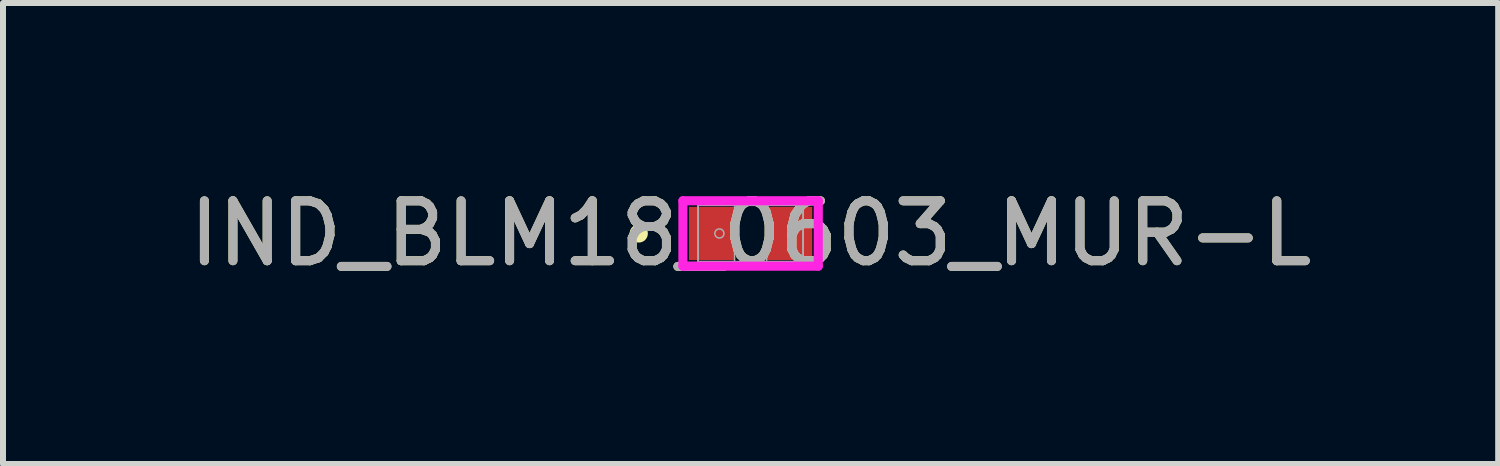
<source format=kicad_pcb>
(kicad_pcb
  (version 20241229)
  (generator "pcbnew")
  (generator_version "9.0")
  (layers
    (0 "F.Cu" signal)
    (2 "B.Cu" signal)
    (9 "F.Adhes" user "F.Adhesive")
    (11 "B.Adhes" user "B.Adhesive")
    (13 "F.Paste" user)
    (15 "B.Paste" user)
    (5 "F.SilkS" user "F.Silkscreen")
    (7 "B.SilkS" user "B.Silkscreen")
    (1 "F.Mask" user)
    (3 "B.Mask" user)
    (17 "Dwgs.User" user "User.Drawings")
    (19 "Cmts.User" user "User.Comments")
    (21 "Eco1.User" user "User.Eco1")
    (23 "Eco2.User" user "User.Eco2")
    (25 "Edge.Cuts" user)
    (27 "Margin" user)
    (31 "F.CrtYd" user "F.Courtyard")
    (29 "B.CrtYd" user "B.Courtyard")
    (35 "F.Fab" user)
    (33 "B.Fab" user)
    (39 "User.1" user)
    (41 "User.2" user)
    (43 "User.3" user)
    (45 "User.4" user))
  (footprint "IND_BLM18_0603_MUR-L"
    (layer "F.Cu")
    (at 9.482 0.848)
    (property "Reference" "IND_BLM18_0603_MUR-L" (at 0 0 0) (unlocked yes) (layer "F.SilkS") (effects (font (size 1 1) (thickness 0.15))))
    (attr smd)
    (fp_circle (center -1.867 0) (end -1.791 0) (stroke (width 0.152) (type solid)) (fill no) (layer "F.SilkS"))
    (fp_line (start -1.13 -0.546) (end 1.13 -0.546) (stroke (width 0.152) (type solid)) (layer "F.CrtYd"))
    (fp_line (start -1.13 0.546) (end -1.13 -0.546) (stroke (width 0.152) (type solid)) (layer "F.CrtYd"))
    (fp_line (start 1.13 -0.546) (end 1.13 0.546) (stroke (width 0.152) (type solid)) (layer "F.CrtYd"))
    (fp_line (start 1.13 0.546) (end -1.13 0.546) (stroke (width 0.152) (type solid)) (layer "F.CrtYd"))
    (fp_line (start -0.876 -0.47) (end -0.876 0.47) (stroke (width 0.025) (type solid)) (layer "F.Fab"))
    (fp_line (start -0.876 -0.47) (end -0.876 0.47) (stroke (width 0.025) (type solid)) (layer "F.Fab"))
    (fp_line (start -0.876 0.47) (end -0.267 0.47) (stroke (width 0.025) (type solid)) (layer "F.Fab"))
    (fp_line (start -0.876 0.47) (end 0.876 0.47) (stroke (width 0.025) (type solid)) (layer "F.Fab"))
    (fp_line (start -0.267 -0.47) (end -0.876 -0.47) (stroke (width 0.025) (type solid)) (layer "F.Fab"))
    (fp_line (start -0.267 0.47) (end -0.267 -0.47) (stroke (width 0.025) (type solid)) (layer "F.Fab"))
    (fp_line (start 0.267 -0.47) (end 0.267 0.47) (stroke (width 0.025) (type solid)) (layer "F.Fab"))
    (fp_line (start 0.267 0.47) (end 0.876 0.47) (stroke (width 0.025) (type solid)) (layer "F.Fab"))
    (fp_line (start 0.876 -0.47) (end -0.876 -0.47) (stroke (width 0.025) (type solid)) (layer "F.Fab"))
    (fp_line (start 0.876 -0.47) (end 0.267 -0.47) (stroke (width 0.025) (type solid)) (layer "F.Fab"))
    (fp_line (start 0.876 0.47) (end 0.876 -0.47) (stroke (width 0.025) (type solid)) (layer "F.Fab"))
    (fp_line (start 0.876 0.47) (end 0.876 -0.47) (stroke (width 0.025) (type solid)) (layer "F.Fab"))
    (fp_circle (center -0.521 0) (end -0.445 0) (stroke (width 0.025) (type solid)) (fill no) (layer "F.Fab"))
    (fp_text user "${REFERENCE}" (at 0 0 0) (unlocked yes) (layer "F.Fab") (effects (font (size 1 1) (thickness 0.15))))
    (pad "1" smd rect (at -0.648 0) (size 0.762 0.889) (layers "F.Cu" "F.Mask" "F.Paste"))
    (pad "2" smd rect (at 0.648 0) (size 0.762 0.889) (layers "F.Cu" "F.Mask" "F.Paste"))
    (zone (net_name "") (layer "F.Cu") (hatch full 0.508) (connect_pads) (min_thickness 0.254) (filled_areas_thickness no) (keepout (tracks not_allowed) (vias not_allowed) (pads allowed) (copperpour not_allowed) (footprints allowed)) (placement (enabled no)) (fill) (polygon (pts (xy 9.266 0.429) (xy 9.698 0.429) (xy 9.698 1.267) (xy 9.266 1.267)))))
  (gr_rect
    (start -3 -3)
    (end 21.964 4.697)
    (stroke (width 0.1) (type default))
    (fill no)
    (layer "Edge.Cuts")))
</source>
